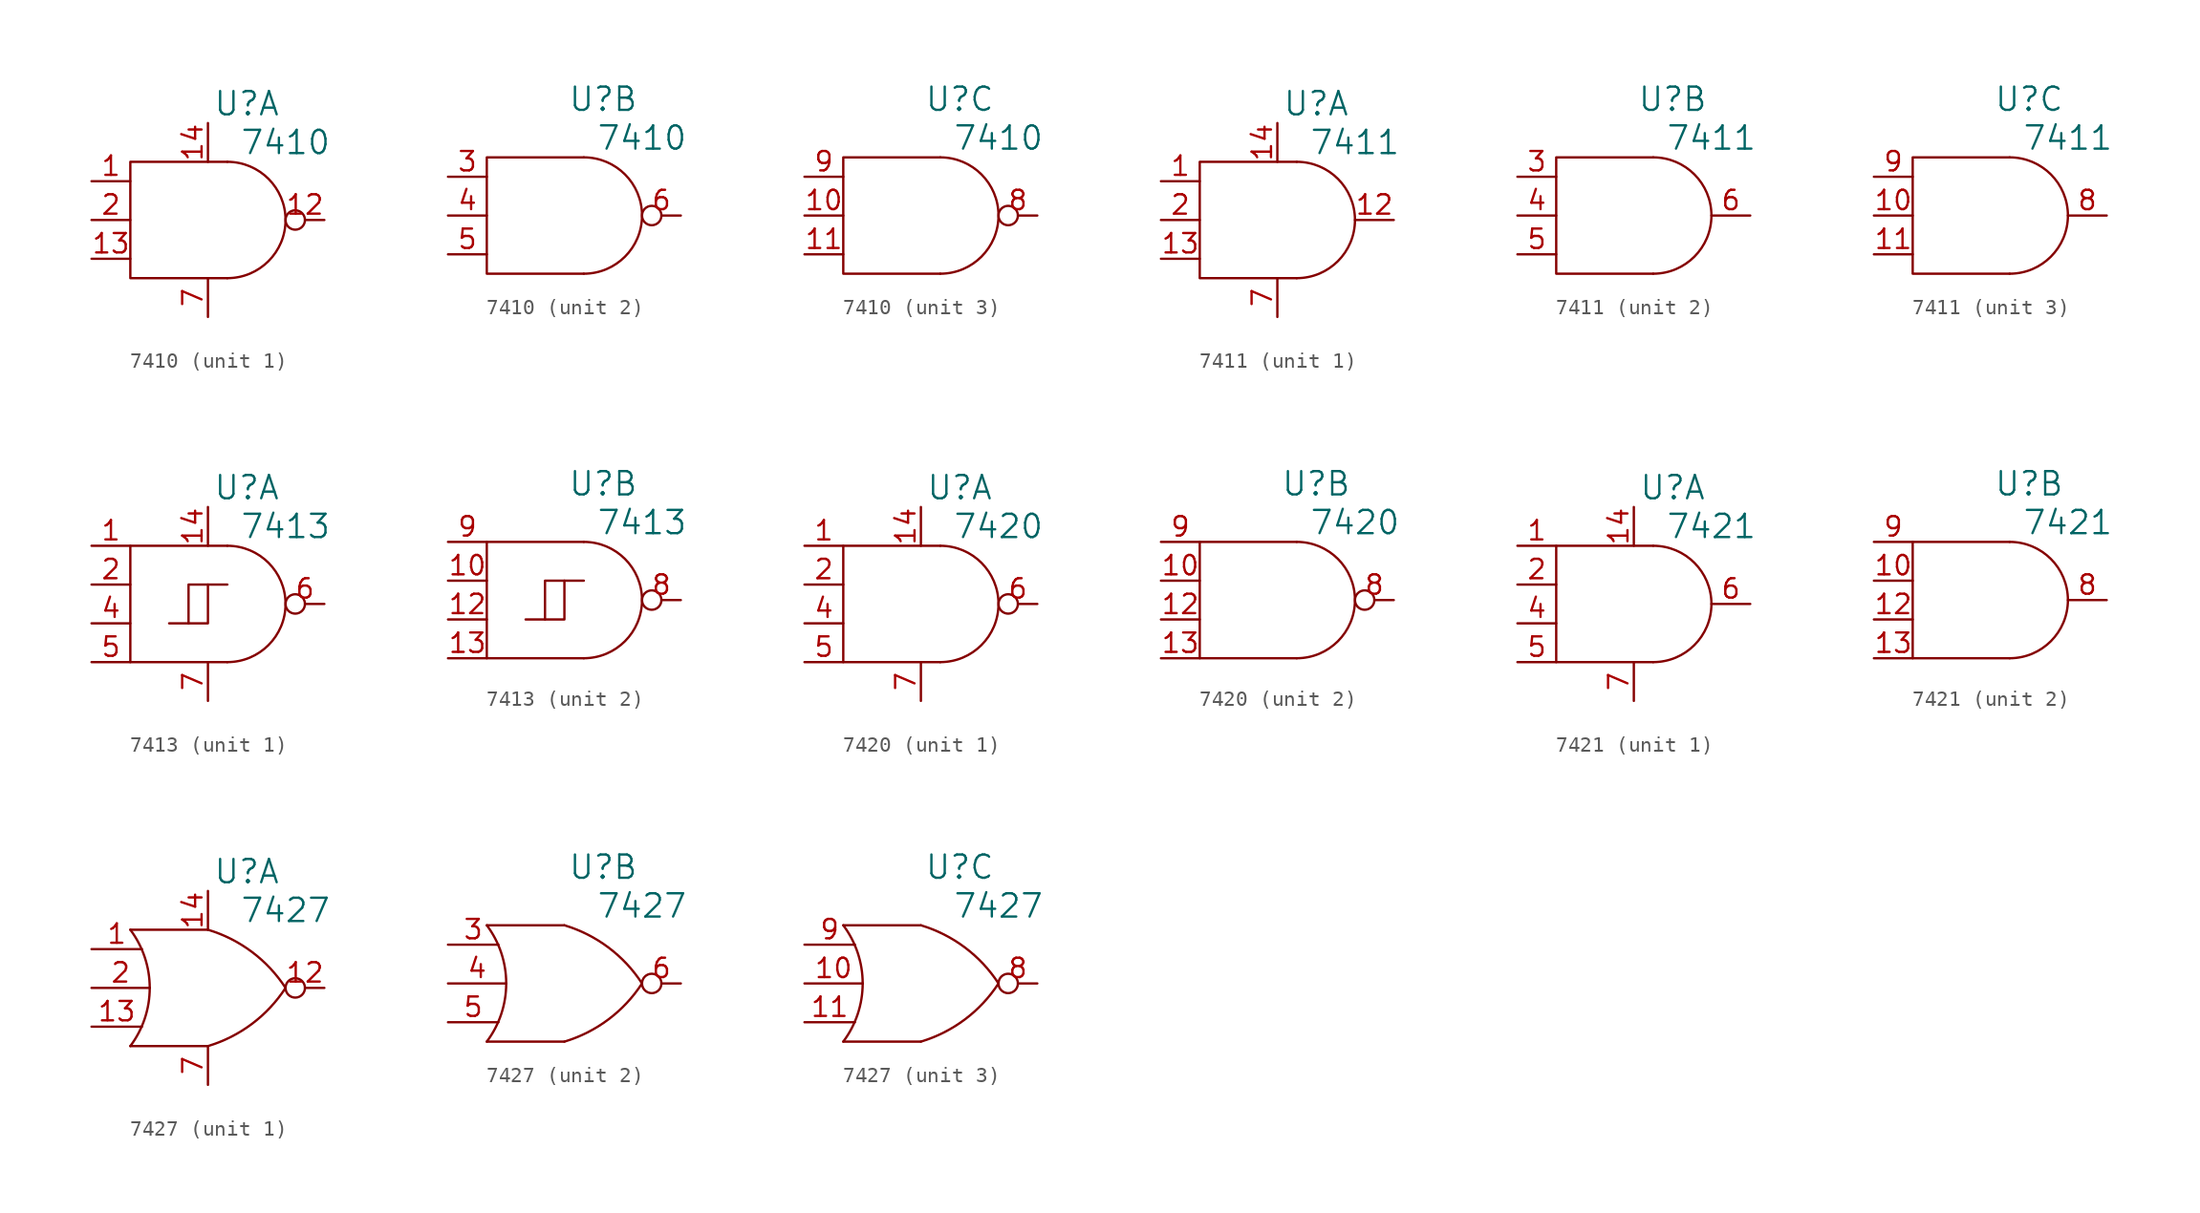
<source format=kicad_sym>
(kicad_symbol_lib
  (version 20220914)
  (generator kicad_symbol_editor)
  (symbol "7410"
    (pin_names
      (offset 1.016) hide)
    (property "Reference" "U"
      (at 2.54 7.62 0)
      (effects (font (size 1.524 1.524))))
    (property "Value" "7410"
      (at 5.08 5.08 0)
      (effects (font (size 1.524 1.524))))
    (property "Footprint" ""
      (at 0 0 0)
      (effects (font (size 1.524 1.524))))
    (property "Datasheet" ""
      (at 0 0 0)
      (effects (font (size 1.524 1.524))))
    (symbol "7410_0_1"
      (polyline (pts (xy 1.27 3.81) (xy -5.08 3.81) (xy -5.08 -3.81) (xy 1.27 -3.81) (xy 1.27 -3.81)) (stroke (width 0) (type solid)) (fill (type none)))
      (arc (start 1.27 -3.81) (mid 5.0634 0) (end 1.27 3.81) (stroke (width 0) (type solid)) (fill (type none))))
    (symbol "7410_1_1"
      (pin passive line (at -7.62 2.54 0) (length 2.54) (name "1A" (effects (font (size 1.27 1.27)))) (number "1" (effects (font (size 1.27 1.27)))))
      (pin passive inverted (at 7.62 0 180) (length 2.54) (name "1Y" (effects (font (size 1.27 1.27)))) (number "12" (effects (font (size 1.27 1.27)))))
      (pin input line (at -7.62 -2.54 0) (length 2.54) (name "1C" (effects (font (size 1.27 1.27)))) (number "13" (effects (font (size 1.27 1.27)))))
      (pin passive line (at 0 6.35 270) (length 2.54) (name "VDD" (effects (font (size 1.27 1.27)))) (number "14" (effects (font (size 1.27 1.27)))))
      (pin passive line (at -7.62 0 0) (length 2.54) (name "1B" (effects (font (size 1.27 1.27)))) (number "2" (effects (font (size 1.27 1.27)))))
      (pin passive line (at 0 -6.35 90) (length 2.54) (name "VSS" (effects (font (size 1.27 1.27)))) (number "7" (effects (font (size 1.27 1.27))))))
    (symbol "7410_2_1"
      (pin passive line (at -7.62 2.54 0) (length 2.54) (name "2A" (effects (font (size 1.27 1.27)))) (number "3" (effects (font (size 1.27 1.27)))))
      (pin passive line (at -7.62 0 0) (length 2.54) (name "2B" (effects (font (size 1.27 1.27)))) (number "4" (effects (font (size 1.27 1.27)))))
      (pin input line (at -7.62 -2.54 0) (length 2.54) (name "2C" (effects (font (size 1.27 1.27)))) (number "5" (effects (font (size 1.27 1.27)))))
      (pin passive inverted (at 7.62 0 180) (length 2.54) (name "2Y" (effects (font (size 1.27 1.27)))) (number "6" (effects (font (size 1.27 1.27))))))
    (symbol "7410_3_1"
      (pin passive line (at -7.62 0 0) (length 2.54) (name "3B" (effects (font (size 1.27 1.27)))) (number "10" (effects (font (size 1.27 1.27)))))
      (pin input line (at -7.62 -2.54 0) (length 2.54) (name "3C" (effects (font (size 1.27 1.27)))) (number "11" (effects (font (size 1.27 1.27)))))
      (pin passive inverted (at 7.62 0 180) (length 2.54) (name "3Y" (effects (font (size 1.27 1.27)))) (number "8" (effects (font (size 1.27 1.27)))))
      (pin passive line (at -7.62 2.54 0) (length 2.54) (name "3A" (effects (font (size 1.27 1.27)))) (number "9" (effects (font (size 1.27 1.27)))))))
  (symbol "7411"
    (pin_names
      (offset 1.016) hide)
    (property "Reference" "U"
      (at 2.54 7.62 0)
      (effects (font (size 1.524 1.524))))
    (property "Value" "7411"
      (at 5.08 5.08 0)
      (effects (font (size 1.524 1.524))))
    (property "Footprint" ""
      (at 0 0 0)
      (effects (font (size 1.524 1.524))))
    (property "Datasheet" ""
      (at 0 0 0)
      (effects (font (size 1.524 1.524))))
    (symbol "7411_0_1"
      (polyline (pts (xy 1.27 3.81) (xy -5.08 3.81) (xy -5.08 -3.81) (xy 1.27 -3.81) (xy 1.27 -3.81)) (stroke (width 0) (type solid)) (fill (type none)))
      (arc (start 1.27 -3.81) (mid 5.0634 0) (end 1.27 3.81) (stroke (width 0) (type solid)) (fill (type none))))
    (symbol "7411_1_1"
      (pin passive line (at -7.62 2.54 0) (length 2.54) (name "1A" (effects (font (size 1.27 1.27)))) (number "1" (effects (font (size 1.27 1.27)))))
      (pin passive line (at 7.62 0 180) (length 2.54) (name "1Y" (effects (font (size 1.27 1.27)))) (number "12" (effects (font (size 1.27 1.27)))))
      (pin input line (at -7.62 -2.54 0) (length 2.54) (name "1C" (effects (font (size 1.27 1.27)))) (number "13" (effects (font (size 1.27 1.27)))))
      (pin passive line (at 0 6.35 270) (length 2.54) (name "VDD" (effects (font (size 1.27 1.27)))) (number "14" (effects (font (size 1.27 1.27)))))
      (pin passive line (at -7.62 0 0) (length 2.54) (name "1B" (effects (font (size 1.27 1.27)))) (number "2" (effects (font (size 1.27 1.27)))))
      (pin passive line (at 0 -6.35 90) (length 2.54) (name "VSS" (effects (font (size 1.27 1.27)))) (number "7" (effects (font (size 1.27 1.27))))))
    (symbol "7411_2_1"
      (pin passive line (at -7.62 2.54 0) (length 2.54) (name "2A" (effects (font (size 1.27 1.27)))) (number "3" (effects (font (size 1.27 1.27)))))
      (pin passive line (at -7.62 0 0) (length 2.54) (name "2B" (effects (font (size 1.27 1.27)))) (number "4" (effects (font (size 1.27 1.27)))))
      (pin input line (at -7.62 -2.54 0) (length 2.54) (name "2C" (effects (font (size 1.27 1.27)))) (number "5" (effects (font (size 1.27 1.27)))))
      (pin passive line (at 7.62 0 180) (length 2.54) (name "2Y" (effects (font (size 1.27 1.27)))) (number "6" (effects (font (size 1.27 1.27))))))
    (symbol "7411_3_1"
      (pin passive line (at -7.62 0 0) (length 2.54) (name "3B" (effects (font (size 1.27 1.27)))) (number "10" (effects (font (size 1.27 1.27)))))
      (pin input line (at -7.62 -2.54 0) (length 2.54) (name "3C" (effects (font (size 1.27 1.27)))) (number "11" (effects (font (size 1.27 1.27)))))
      (pin passive line (at 7.62 0 180) (length 2.54) (name "3Y" (effects (font (size 1.27 1.27)))) (number "8" (effects (font (size 1.27 1.27)))))
      (pin passive line (at -7.62 2.54 0) (length 2.54) (name "3A" (effects (font (size 1.27 1.27)))) (number "9" (effects (font (size 1.27 1.27)))))))
  (symbol "7413"
    (pin_names
      (offset 1.016) hide)
    (property "Reference" "U"
      (at 2.54 7.62 0)
      (effects (font (size 1.524 1.524))))
    (property "Value" "7413"
      (at 5.08 5.08 0)
      (effects (font (size 1.524 1.524))))
    (property "Footprint" ""
      (at 0 0 0)
      (effects (font (size 1.524 1.524))))
    (property "Datasheet" ""
      (at 0 0 0)
      (effects (font (size 1.524 1.524))))
    (symbol "7413_0_1"
      (polyline (pts (xy 0 1.27) (xy -1.27 1.27) (xy -1.27 -1.27) (xy -1.27 -1.27)) (stroke (width 0) (type solid)) (fill (type none)))
      (polyline (pts (xy -2.54 -1.27) (xy 0 -1.27) (xy 0 1.27) (xy 1.27 1.27) (xy 1.27 1.27)) (stroke (width 0) (type solid)) (fill (type none)))
      (polyline (pts (xy 1.27 3.81) (xy -5.08 3.81) (xy -5.08 -3.81) (xy 1.27 -3.81) (xy 1.27 -3.81)) (stroke (width 0) (type solid)) (fill (type none)))
      (arc (start 1.27 -3.81) (mid 5.0634 0) (end 1.27 3.81) (stroke (width 0) (type solid)) (fill (type none))))
    (symbol "7413_1_1"
      (pin passive line (at -7.62 3.81 0) (length 2.54) (name "1A" (effects (font (size 1.27 1.27)))) (number "1" (effects (font (size 1.27 1.27)))))
      (pin passive line (at 0 6.35 270) (length 2.54) (name "VDD" (effects (font (size 1.27 1.27)))) (number "14" (effects (font (size 1.27 1.27)))))
      (pin passive line (at -7.62 1.27 0) (length 2.54) (name "1B" (effects (font (size 1.27 1.27)))) (number "2" (effects (font (size 1.27 1.27)))))
      (pin input line (at -7.62 -1.27 0) (length 2.54) (name "1C" (effects (font (size 1.27 1.27)))) (number "4" (effects (font (size 1.27 1.27)))))
      (pin input line (at -7.62 -3.81 0) (length 2.54) (name "1D" (effects (font (size 1.27 1.27)))) (number "5" (effects (font (size 1.27 1.27)))))
      (pin passive inverted (at 7.62 0 180) (length 2.54) (name "1Y" (effects (font (size 1.27 1.27)))) (number "6" (effects (font (size 1.27 1.27)))))
      (pin passive line (at 0 -6.35 90) (length 2.54) (name "VSS" (effects (font (size 1.27 1.27)))) (number "7" (effects (font (size 1.27 1.27))))))
    (symbol "7413_2_1"
      (pin passive line (at -7.62 1.27 0) (length 2.54) (name "2B" (effects (font (size 1.27 1.27)))) (number "10" (effects (font (size 1.27 1.27)))))
      (pin input line (at -7.62 -1.27 0) (length 2.54) (name "2C" (effects (font (size 1.27 1.27)))) (number "12" (effects (font (size 1.27 1.27)))))
      (pin input line (at -7.62 -3.81 0) (length 2.54) (name "2D" (effects (font (size 1.27 1.27)))) (number "13" (effects (font (size 1.27 1.27)))))
      (pin passive inverted (at 7.62 0 180) (length 2.54) (name "2Y" (effects (font (size 1.27 1.27)))) (number "8" (effects (font (size 1.27 1.27)))))
      (pin passive line (at -7.62 3.81 0) (length 2.54) (name "2A" (effects (font (size 1.27 1.27)))) (number "9" (effects (font (size 1.27 1.27)))))))
  (symbol "7420"
    (pin_names
      (offset 1.016) hide)
    (property "Reference" "U"
      (at 2.54 7.62 0)
      (effects (font (size 1.524 1.524))))
    (property "Value" "7420"
      (at 5.08 5.08 0)
      (effects (font (size 1.524 1.524))))
    (property "Footprint" ""
      (at 0 0 0)
      (effects (font (size 1.524 1.524))))
    (property "Datasheet" ""
      (at 0 0 0)
      (effects (font (size 1.524 1.524))))
    (symbol "7420_0_1"
      (polyline (pts (xy 1.27 3.81) (xy -5.08 3.81) (xy -5.08 -3.81) (xy 1.27 -3.81) (xy 1.27 -3.81)) (stroke (width 0) (type solid)) (fill (type none)))
      (arc (start 1.27 -3.81) (mid 5.0634 0) (end 1.27 3.81) (stroke (width 0) (type solid)) (fill (type none))))
    (symbol "7420_1_1"
      (pin passive line (at -7.62 3.81 0) (length 2.54) (name "1A" (effects (font (size 1.27 1.27)))) (number "1" (effects (font (size 1.27 1.27)))))
      (pin passive line (at 0 6.35 270) (length 2.54) (name "VDD" (effects (font (size 1.27 1.27)))) (number "14" (effects (font (size 1.27 1.27)))))
      (pin passive line (at -7.62 1.27 0) (length 2.54) (name "1B" (effects (font (size 1.27 1.27)))) (number "2" (effects (font (size 1.27 1.27)))))
      (pin input line (at -7.62 -1.27 0) (length 2.54) (name "1C" (effects (font (size 1.27 1.27)))) (number "4" (effects (font (size 1.27 1.27)))))
      (pin input line (at -7.62 -3.81 0) (length 2.54) (name "1D" (effects (font (size 1.27 1.27)))) (number "5" (effects (font (size 1.27 1.27)))))
      (pin passive inverted (at 7.62 0 180) (length 2.54) (name "1Y" (effects (font (size 1.27 1.27)))) (number "6" (effects (font (size 1.27 1.27)))))
      (pin passive line (at 0 -6.35 90) (length 2.54) (name "VSS" (effects (font (size 1.27 1.27)))) (number "7" (effects (font (size 1.27 1.27))))))
    (symbol "7420_2_1"
      (pin passive line (at -7.62 1.27 0) (length 2.54) (name "2B" (effects (font (size 1.27 1.27)))) (number "10" (effects (font (size 1.27 1.27)))))
      (pin input line (at -7.62 -1.27 0) (length 2.54) (name "2C" (effects (font (size 1.27 1.27)))) (number "12" (effects (font (size 1.27 1.27)))))
      (pin input line (at -7.62 -3.81 0) (length 2.54) (name "2D" (effects (font (size 1.27 1.27)))) (number "13" (effects (font (size 1.27 1.27)))))
      (pin passive inverted (at 7.62 0 180) (length 2.54) (name "2Y" (effects (font (size 1.27 1.27)))) (number "8" (effects (font (size 1.27 1.27)))))
      (pin passive line (at -7.62 3.81 0) (length 2.54) (name "2A" (effects (font (size 1.27 1.27)))) (number "9" (effects (font (size 1.27 1.27)))))))
  (symbol "7421"
    (pin_names
      (offset 1.016) hide)
    (property "Reference" "U"
      (at 2.54 7.62 0)
      (effects (font (size 1.524 1.524))))
    (property "Value" "7421"
      (at 5.08 5.08 0)
      (effects (font (size 1.524 1.524))))
    (property "Footprint" ""
      (at 0 0 0)
      (effects (font (size 1.524 1.524))))
    (property "Datasheet" ""
      (at 0 0 0)
      (effects (font (size 1.524 1.524))))
    (symbol "7421_0_1"
      (polyline (pts (xy 1.27 3.81) (xy -5.08 3.81) (xy -5.08 -3.81) (xy 1.27 -3.81) (xy 1.27 -3.81)) (stroke (width 0) (type solid)) (fill (type none)))
      (arc (start 1.27 -3.81) (mid 5.0634 0) (end 1.27 3.81) (stroke (width 0) (type solid)) (fill (type none))))
    (symbol "7421_1_1"
      (pin passive line (at -7.62 3.81 0) (length 2.54) (name "1A" (effects (font (size 1.27 1.27)))) (number "1" (effects (font (size 1.27 1.27)))))
      (pin passive line (at 0 6.35 270) (length 2.54) (name "VDD" (effects (font (size 1.27 1.27)))) (number "14" (effects (font (size 1.27 1.27)))))
      (pin passive line (at -7.62 1.27 0) (length 2.54) (name "1B" (effects (font (size 1.27 1.27)))) (number "2" (effects (font (size 1.27 1.27)))))
      (pin input line (at -7.62 -1.27 0) (length 2.54) (name "1C" (effects (font (size 1.27 1.27)))) (number "4" (effects (font (size 1.27 1.27)))))
      (pin input line (at -7.62 -3.81 0) (length 2.54) (name "1D" (effects (font (size 1.27 1.27)))) (number "5" (effects (font (size 1.27 1.27)))))
      (pin passive line (at 7.62 0 180) (length 2.54) (name "1Y" (effects (font (size 1.27 1.27)))) (number "6" (effects (font (size 1.27 1.27)))))
      (pin passive line (at 0 -6.35 90) (length 2.54) (name "VSS" (effects (font (size 1.27 1.27)))) (number "7" (effects (font (size 1.27 1.27))))))
    (symbol "7421_2_1"
      (pin passive line (at -7.62 1.27 0) (length 2.54) (name "2B" (effects (font (size 1.27 1.27)))) (number "10" (effects (font (size 1.27 1.27)))))
      (pin input line (at -7.62 -1.27 0) (length 2.54) (name "2C" (effects (font (size 1.27 1.27)))) (number "12" (effects (font (size 1.27 1.27)))))
      (pin input line (at -7.62 -3.81 0) (length 2.54) (name "2D" (effects (font (size 1.27 1.27)))) (number "13" (effects (font (size 1.27 1.27)))))
      (pin passive line (at 7.62 0 180) (length 2.54) (name "2Y" (effects (font (size 1.27 1.27)))) (number "8" (effects (font (size 1.27 1.27)))))
      (pin passive line (at -7.62 3.81 0) (length 2.54) (name "2A" (effects (font (size 1.27 1.27)))) (number "9" (effects (font (size 1.27 1.27)))))))
  (symbol "7427"
    (pin_names
      (offset 1.016) hide)
    (property "Reference" "U"
      (at 2.54 7.62 0)
      (effects (font (size 1.524 1.524))))
    (property "Value" "7427"
      (at 5.08 5.08 0)
      (effects (font (size 1.524 1.524))))
    (property "Footprint" ""
      (at 0 0 0)
      (effects (font (size 1.524 1.524))))
    (property "Datasheet" ""
      (at 0 0 0)
      (effects (font (size 1.524 1.524))))
    (symbol "7427_0_1"
      (arc (start -5.08 -3.81) (mid -4.1359 -2.008) (end -3.81 0) (stroke (width 0) (type solid)) (fill (type none)))
      (arc (start -3.81 0) (mid -4.1359 2.008) (end -5.08 3.81) (stroke (width 0) (type solid)) (fill (type none)))
      (arc (start 0 -3.81) (mid 2.8791 -2.3571) (end 5.08 0) (stroke (width 0) (type solid)) (fill (type none)))
      (polyline (pts (xy -5.08 -3.81) (xy 0 -3.81) (xy 0 -3.81)) (stroke (width 0) (type solid)) (fill (type none)))
      (polyline (pts (xy 0 3.81) (xy -5.08 3.81) (xy -5.08 3.81)) (stroke (width 0) (type solid)) (fill (type none)))
      (arc (start 5.08 0) (mid 2.8791 2.3571) (end 0 3.81) (stroke (width 0) (type solid)) (fill (type none))))
    (symbol "7427_1_1"
      (pin passive line (at -7.62 2.54 0) (length 3.302) (name "1A" (effects (font (size 1.27 1.27)))) (number "1" (effects (font (size 1.27 1.27)))))
      (pin passive inverted (at 7.62 0 180) (length 2.54) (name "1Y" (effects (font (size 1.27 1.27)))) (number "12" (effects (font (size 1.27 1.27)))))
      (pin passive line (at -7.62 -2.54 0) (length 3.302) (name "1C" (effects (font (size 1.27 1.27)))) (number "13" (effects (font (size 1.27 1.27)))))
      (pin passive line (at 0 6.35 270) (length 2.54) (name "VDD" (effects (font (size 1.27 1.27)))) (number "14" (effects (font (size 1.27 1.27)))))
      (pin passive line (at -7.62 0 0) (length 3.81) (name "1B" (effects (font (size 1.27 1.27)))) (number "2" (effects (font (size 1.27 1.27)))))
      (pin passive line (at 0 -6.35 90) (length 2.54) (name "VSS" (effects (font (size 1.27 1.27)))) (number "7" (effects (font (size 1.27 1.27))))))
    (symbol "7427_2_1"
      (pin passive line (at -7.62 2.54 0) (length 3.302) (name "2A" (effects (font (size 1.27 1.27)))) (number "3" (effects (font (size 1.27 1.27)))))
      (pin passive line (at -7.62 0 0) (length 3.81) (name "2B" (effects (font (size 1.27 1.27)))) (number "4" (effects (font (size 1.27 1.27)))))
      (pin passive line (at -7.62 -2.54 0) (length 3.302) (name "2C" (effects (font (size 1.27 1.27)))) (number "5" (effects (font (size 1.27 1.27)))))
      (pin passive inverted (at 7.62 0 180) (length 2.54) (name "2Y" (effects (font (size 1.27 1.27)))) (number "6" (effects (font (size 1.27 1.27))))))
    (symbol "7427_3_1"
      (pin passive line (at -7.62 0 0) (length 3.81) (name "3B" (effects (font (size 1.27 1.27)))) (number "10" (effects (font (size 1.27 1.27)))))
      (pin passive line (at -7.62 -2.54 0) (length 3.302) (name "3C" (effects (font (size 1.27 1.27)))) (number "11" (effects (font (size 1.27 1.27)))))
      (pin passive inverted (at 7.62 0 180) (length 2.54) (name "3Y" (effects (font (size 1.27 1.27)))) (number "8" (effects (font (size 1.27 1.27)))))
      (pin passive line (at -7.62 2.54 0) (length 3.302) (name "3A" (effects (font (size 1.27 1.27)))) (number "9" (effects (font (size 1.27 1.27))))))))
</source>
